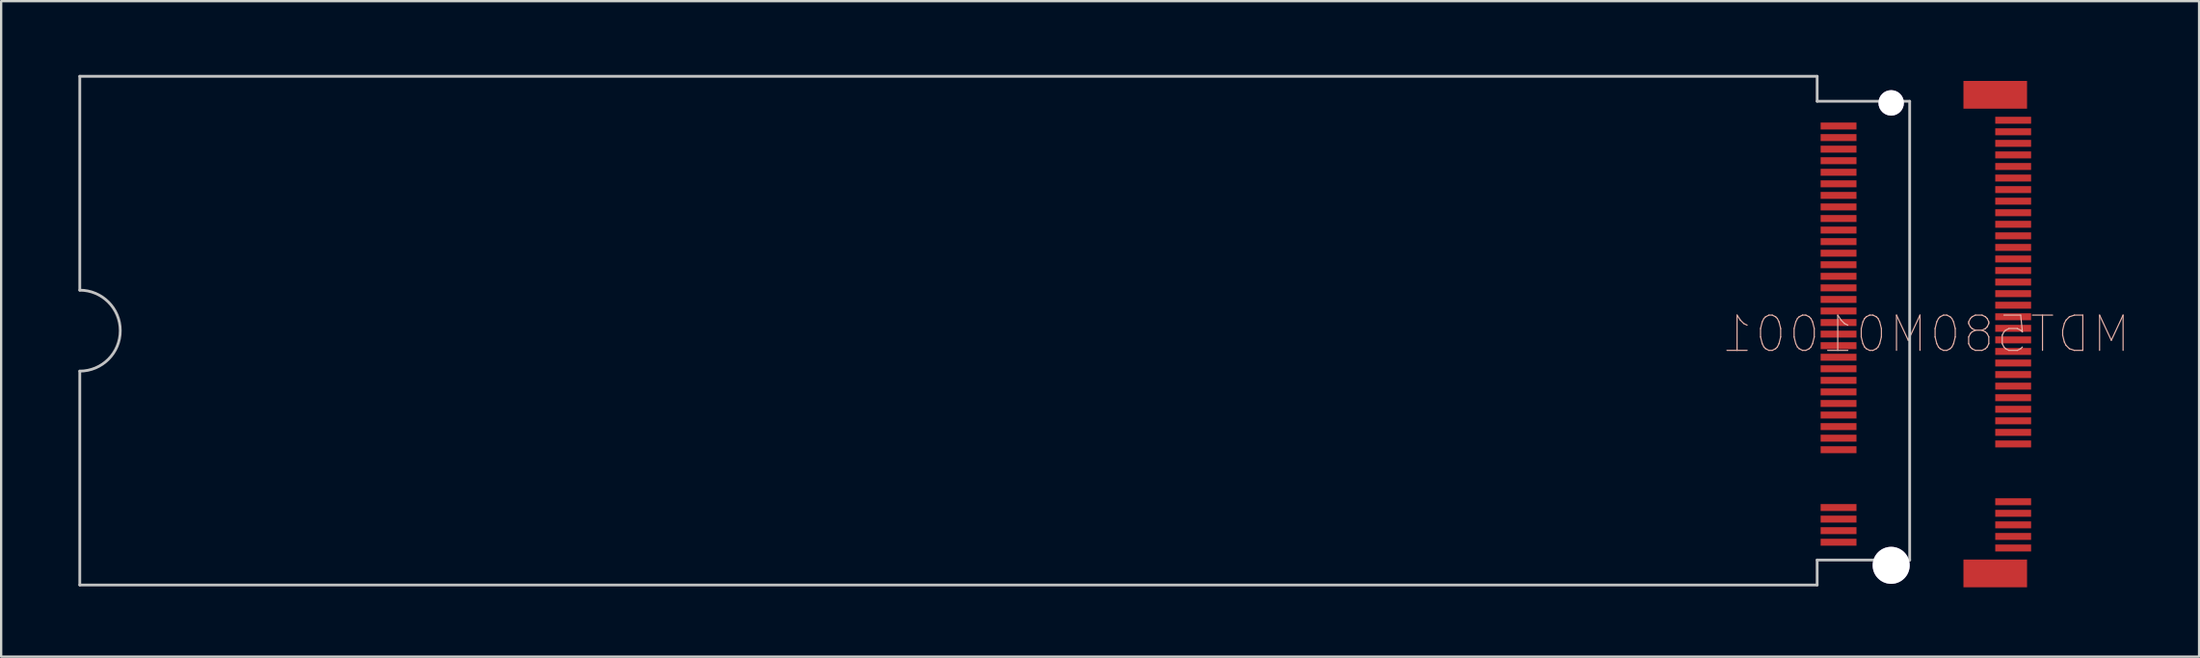
<source format=kicad_pcb>
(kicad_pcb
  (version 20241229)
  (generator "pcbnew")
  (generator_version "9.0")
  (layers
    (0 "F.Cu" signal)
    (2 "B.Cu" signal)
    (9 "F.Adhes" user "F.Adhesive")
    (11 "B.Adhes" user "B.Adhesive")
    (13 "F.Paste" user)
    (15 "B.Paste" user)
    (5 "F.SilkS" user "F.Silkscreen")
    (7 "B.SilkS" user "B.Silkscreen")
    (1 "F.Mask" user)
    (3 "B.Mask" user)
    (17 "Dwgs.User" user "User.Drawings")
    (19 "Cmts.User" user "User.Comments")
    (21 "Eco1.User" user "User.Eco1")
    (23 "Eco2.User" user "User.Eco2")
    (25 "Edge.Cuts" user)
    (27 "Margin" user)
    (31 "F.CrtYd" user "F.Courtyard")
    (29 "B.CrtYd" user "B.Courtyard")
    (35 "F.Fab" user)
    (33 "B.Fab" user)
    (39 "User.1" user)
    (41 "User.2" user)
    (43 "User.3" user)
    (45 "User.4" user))
  (footprint "MDT580M01001"
    (layer "F.Cu")
    (at 0.25 0.25)
    (property "Reference" "MDT580M01001" (at 79.97 11.15 0) (layer "B.SilkS") (effects (font (size 1.524 1.524) (thickness 0.05)) (justify mirror)))
    (attr smd)
    (fp_line (start 0.15 0) (end 75.27 0) (stroke (width 0.12) (type solid)) (layer "Dwgs.User"))
    (fp_line (start 0.15 9.25) (end 0.15 0) (stroke (width 0.12) (type solid)) (layer "Dwgs.User"))
    (fp_line (start 0.15 22) (end 0.15 12.75) (stroke (width 0.12) (type solid)) (layer "Dwgs.User"))
    (fp_line (start 0.15 22) (end 75.27 22) (stroke (width 0.12) (type solid)) (layer "Dwgs.User"))
    (fp_line (start 75.27 1.08) (end 75.27 0) (stroke (width 0.12) (type solid)) (layer "Dwgs.User"))
    (fp_line (start 75.27 1.08) (end 79.27 1.08) (stroke (width 0.12) (type solid)) (layer "Dwgs.User"))
    (fp_line (start 75.27 20.92) (end 79.27 20.92) (stroke (width 0.12) (type solid)) (layer "Dwgs.User"))
    (fp_line (start 75.27 22) (end 75.27 20.92) (stroke (width 0.12) (type solid)) (layer "Dwgs.User"))
    (fp_line (start 79.27 1.08) (end 79.27 20.92) (stroke (width 0.12) (type solid)) (layer "Dwgs.User"))
    (fp_arc (start 0.15 9.25) (mid 1.9 11) (end 0.15 12.75) (stroke (width 0.12) (type solid)) (layer "Dwgs.User"))
    (pad "1" smd rect (at 83.745 1.9 270) (size 0.3 1.55) (layers "F.Cu" "F.Mask" "F.Paste"))
    (pad "2" smd rect (at 76.195 2.15 270) (size 0.3 1.55) (layers "F.Cu" "F.Mask" "F.Paste"))
    (pad "3" smd rect (at 83.745 2.4 270) (size 0.3 1.55) (layers "F.Cu" "F.Mask" "F.Paste"))
    (pad "4" smd rect (at 76.195 2.65 270) (size 0.3 1.55) (layers "F.Cu" "F.Mask" "F.Paste"))
    (pad "5" smd rect (at 83.745 2.9 270) (size 0.3 1.55) (layers "F.Cu" "F.Mask" "F.Paste"))
    (pad "6" smd rect (at 76.195 3.15 270) (size 0.3 1.55) (layers "F.Cu" "F.Mask" "F.Paste"))
    (pad "7" smd rect (at 83.745 3.4 270) (size 0.3 1.55) (layers "F.Cu" "F.Mask" "F.Paste"))
    (pad "8" smd rect (at 76.195 3.65 270) (size 0.3 1.55) (layers "F.Cu" "F.Mask" "F.Paste"))
    (pad "9" smd rect (at 83.745 3.9 270) (size 0.3 1.55) (layers "F.Cu" "F.Mask" "F.Paste"))
    (pad "10" smd rect (at 76.195 4.15 270) (size 0.3 1.55) (layers "F.Cu" "F.Mask" "F.Paste"))
    (pad "11" smd rect (at 83.745 4.4 270) (size 0.3 1.55) (layers "F.Cu" "F.Mask" "F.Paste"))
    (pad "12" smd rect (at 76.195 4.65 270) (size 0.3 1.55) (layers "F.Cu" "F.Mask" "F.Paste"))
    (pad "13" smd rect (at 83.745 4.9 270) (size 0.3 1.55) (layers "F.Cu" "F.Mask" "F.Paste"))
    (pad "14" smd rect (at 76.195 5.15 270) (size 0.3 1.55) (layers "F.Cu" "F.Mask" "F.Paste"))
    (pad "15" smd rect (at 83.745 5.4 270) (size 0.3 1.55) (layers "F.Cu" "F.Mask" "F.Paste"))
    (pad "16" smd rect (at 76.195 5.65 270) (size 0.3 1.55) (layers "F.Cu" "F.Mask" "F.Paste"))
    (pad "17" smd rect (at 83.745 5.9 270) (size 0.3 1.55) (layers "F.Cu" "F.Mask" "F.Paste"))
    (pad "18" smd rect (at 76.195 6.15 270) (size 0.3 1.55) (layers "F.Cu" "F.Mask" "F.Paste"))
    (pad "19" smd rect (at 83.745 6.4 270) (size 0.3 1.55) (layers "F.Cu" "F.Mask" "F.Paste"))
    (pad "20" smd rect (at 76.195 6.65 270) (size 0.3 1.55) (layers "F.Cu" "F.Mask" "F.Paste"))
    (pad "21" smd rect (at 83.745 6.9 270) (size 0.3 1.55) (layers "F.Cu" "F.Mask" "F.Paste"))
    (pad "22" smd rect (at 76.195 7.15 270) (size 0.3 1.55) (layers "F.Cu" "F.Mask" "F.Paste"))
    (pad "23" smd rect (at 83.745 7.4 270) (size 0.3 1.55) (layers "F.Cu" "F.Mask" "F.Paste"))
    (pad "24" smd rect (at 76.195 7.65 270) (size 0.3 1.55) (layers "F.Cu" "F.Mask" "F.Paste"))
    (pad "25" smd rect (at 83.745 7.9 270) (size 0.3 1.55) (layers "F.Cu" "F.Mask" "F.Paste"))
    (pad "26" smd rect (at 76.195 8.15 270) (size 0.3 1.55) (layers "F.Cu" "F.Mask" "F.Paste"))
    (pad "27" smd rect (at 83.745 8.4 270) (size 0.3 1.55) (layers "F.Cu" "F.Mask" "F.Paste"))
    (pad "28" smd rect (at 76.195 8.65 270) (size 0.3 1.55) (layers "F.Cu" "F.Mask" "F.Paste"))
    (pad "29" smd rect (at 83.745 8.9 270) (size 0.3 1.55) (layers "F.Cu" "F.Mask" "F.Paste"))
    (pad "30" smd rect (at 76.195 9.15 270) (size 0.3 1.55) (layers "F.Cu" "F.Mask" "F.Paste"))
    (pad "31" smd rect (at 83.745 9.4 270) (size 0.3 1.55) (layers "F.Cu" "F.Mask" "F.Paste"))
    (pad "32" smd rect (at 76.195 9.65 270) (size 0.3 1.55) (layers "F.Cu" "F.Mask" "F.Paste"))
    (pad "33" smd rect (at 83.745 9.9 270) (size 0.3 1.55) (layers "F.Cu" "F.Mask" "F.Paste"))
    (pad "34" smd rect (at 76.195 10.15 270) (size 0.3 1.55) (layers "F.Cu" "F.Mask" "F.Paste"))
    (pad "35" smd rect (at 83.745 10.4 270) (size 0.3 1.55) (layers "F.Cu" "F.Mask" "F.Paste"))
    (pad "36" smd rect (at 76.195 10.65 270) (size 0.3 1.55) (layers "F.Cu" "F.Mask" "F.Paste"))
    (pad "37" smd rect (at 83.745 10.9 270) (size 0.3 1.55) (layers "F.Cu" "F.Mask" "F.Paste"))
    (pad "38" smd rect (at 76.195 11.15 270) (size 0.3 1.55) (layers "F.Cu" "F.Mask" "F.Paste"))
    (pad "39" smd rect (at 83.745 11.4 270) (size 0.3 1.55) (layers "F.Cu" "F.Mask" "F.Paste"))
    (pad "40" smd rect (at 76.195 11.65 270) (size 0.3 1.55) (layers "F.Cu" "F.Mask" "F.Paste"))
    (pad "41" smd rect (at 83.745 11.9 270) (size 0.3 1.55) (layers "F.Cu" "F.Mask" "F.Paste"))
    (pad "42" smd rect (at 76.195 12.15 270) (size 0.3 1.55) (layers "F.Cu" "F.Mask" "F.Paste"))
    (pad "43" smd rect (at 83.745 12.4 270) (size 0.3 1.55) (layers "F.Cu" "F.Mask" "F.Paste"))
    (pad "44" smd rect (at 76.195 12.65 270) (size 0.3 1.55) (layers "F.Cu" "F.Mask" "F.Paste"))
    (pad "45" smd rect (at 83.745 12.9 270) (size 0.3 1.55) (layers "F.Cu" "F.Mask" "F.Paste"))
    (pad "46" smd rect (at 76.195 13.15 270) (size 0.3 1.55) (layers "F.Cu" "F.Mask" "F.Paste"))
    (pad "47" smd rect (at 83.745 13.4 270) (size 0.3 1.55) (layers "F.Cu" "F.Mask" "F.Paste"))
    (pad "48" smd rect (at 76.195 13.65 270) (size 0.3 1.55) (layers "F.Cu" "F.Mask" "F.Paste"))
    (pad "49" smd rect (at 83.745 13.9 270) (size 0.3 1.55) (layers "F.Cu" "F.Mask" "F.Paste"))
    (pad "50" smd rect (at 76.195 14.15 270) (size 0.3 1.55) (layers "F.Cu" "F.Mask" "F.Paste"))
    (pad "51" smd rect (at 83.745 14.4 270) (size 0.3 1.55) (layers "F.Cu" "F.Mask" "F.Paste"))
    (pad "52" smd rect (at 76.195 14.65 270) (size 0.3 1.55) (layers "F.Cu" "F.Mask" "F.Paste"))
    (pad "53" smd rect (at 83.745 14.9 270) (size 0.3 1.55) (layers "F.Cu" "F.Mask" "F.Paste"))
    (pad "54" smd rect (at 76.195 15.15 270) (size 0.3 1.55) (layers "F.Cu" "F.Mask" "F.Paste"))
    (pad "55" smd rect (at 83.745 15.4 270) (size 0.3 1.55) (layers "F.Cu" "F.Mask" "F.Paste"))
    (pad "56" smd rect (at 76.195 15.65 270) (size 0.3 1.55) (layers "F.Cu" "F.Mask" "F.Paste"))
    (pad "57" smd rect (at 83.745 15.9 270) (size 0.3 1.55) (layers "F.Cu" "F.Mask" "F.Paste"))
    (pad "58" smd rect (at 76.195 16.15 270) (size 0.3 1.55) (layers "F.Cu" "F.Mask" "F.Paste"))
    (pad "67" smd rect (at 83.745 18.4 270) (size 0.3 1.55) (layers "F.Cu" "F.Mask" "F.Paste"))
    (pad "68" smd rect (at 76.195 18.65 270) (size 0.3 1.55) (layers "F.Cu" "F.Mask" "F.Paste"))
    (pad "69" smd rect (at 83.745 18.9 270) (size 0.3 1.55) (layers "F.Cu" "F.Mask" "F.Paste"))
    (pad "70" smd rect (at 76.195 19.15 270) (size 0.3 1.55) (layers "F.Cu" "F.Mask" "F.Paste"))
    (pad "71" smd rect (at 83.745 19.4 270) (size 0.3 1.55) (layers "F.Cu" "F.Mask" "F.Paste"))
    (pad "72" smd rect (at 76.195 19.65 270) (size 0.3 1.55) (layers "F.Cu" "F.Mask" "F.Paste"))
    (pad "73" smd rect (at 83.745 19.9 270) (size 0.3 1.55) (layers "F.Cu" "F.Mask" "F.Paste"))
    (pad "74" smd rect (at 76.195 20.15 270) (size 0.3 1.55) (layers "F.Cu" "F.Mask" "F.Paste"))
    (pad "75" smd rect (at 83.745 20.4 270) (size 0.3 1.55) (layers "F.Cu" "F.Mask" "F.Paste"))
    (pad "None" thru_hole circle (at 78.47 1.15 270) (size 1.1 1.1) (drill 1.1) (layers "*.Cu" "*.Mask"))
    (pad "None" thru_hole circle (at 78.47 21.15 270) (size 1.6 1.6) (drill 1.6) (layers "*.Cu" "*.Mask"))
    (pad "SH1" smd rect (at 82.97 0.8 270) (size 1.2 2.75) (layers "F.Cu" "F.Mask" "F.Paste"))
    (pad "SH2" smd rect (at 82.97 21.5 270) (size 1.2 2.75) (layers "F.Cu" "F.Mask" "F.Paste")))
  (gr_rect
    (start -3 -3)
    (end 92.033 25.35)
    (stroke (width 0.1) (type default))
    (fill no)
    (layer "Edge.Cuts")))
</source>
